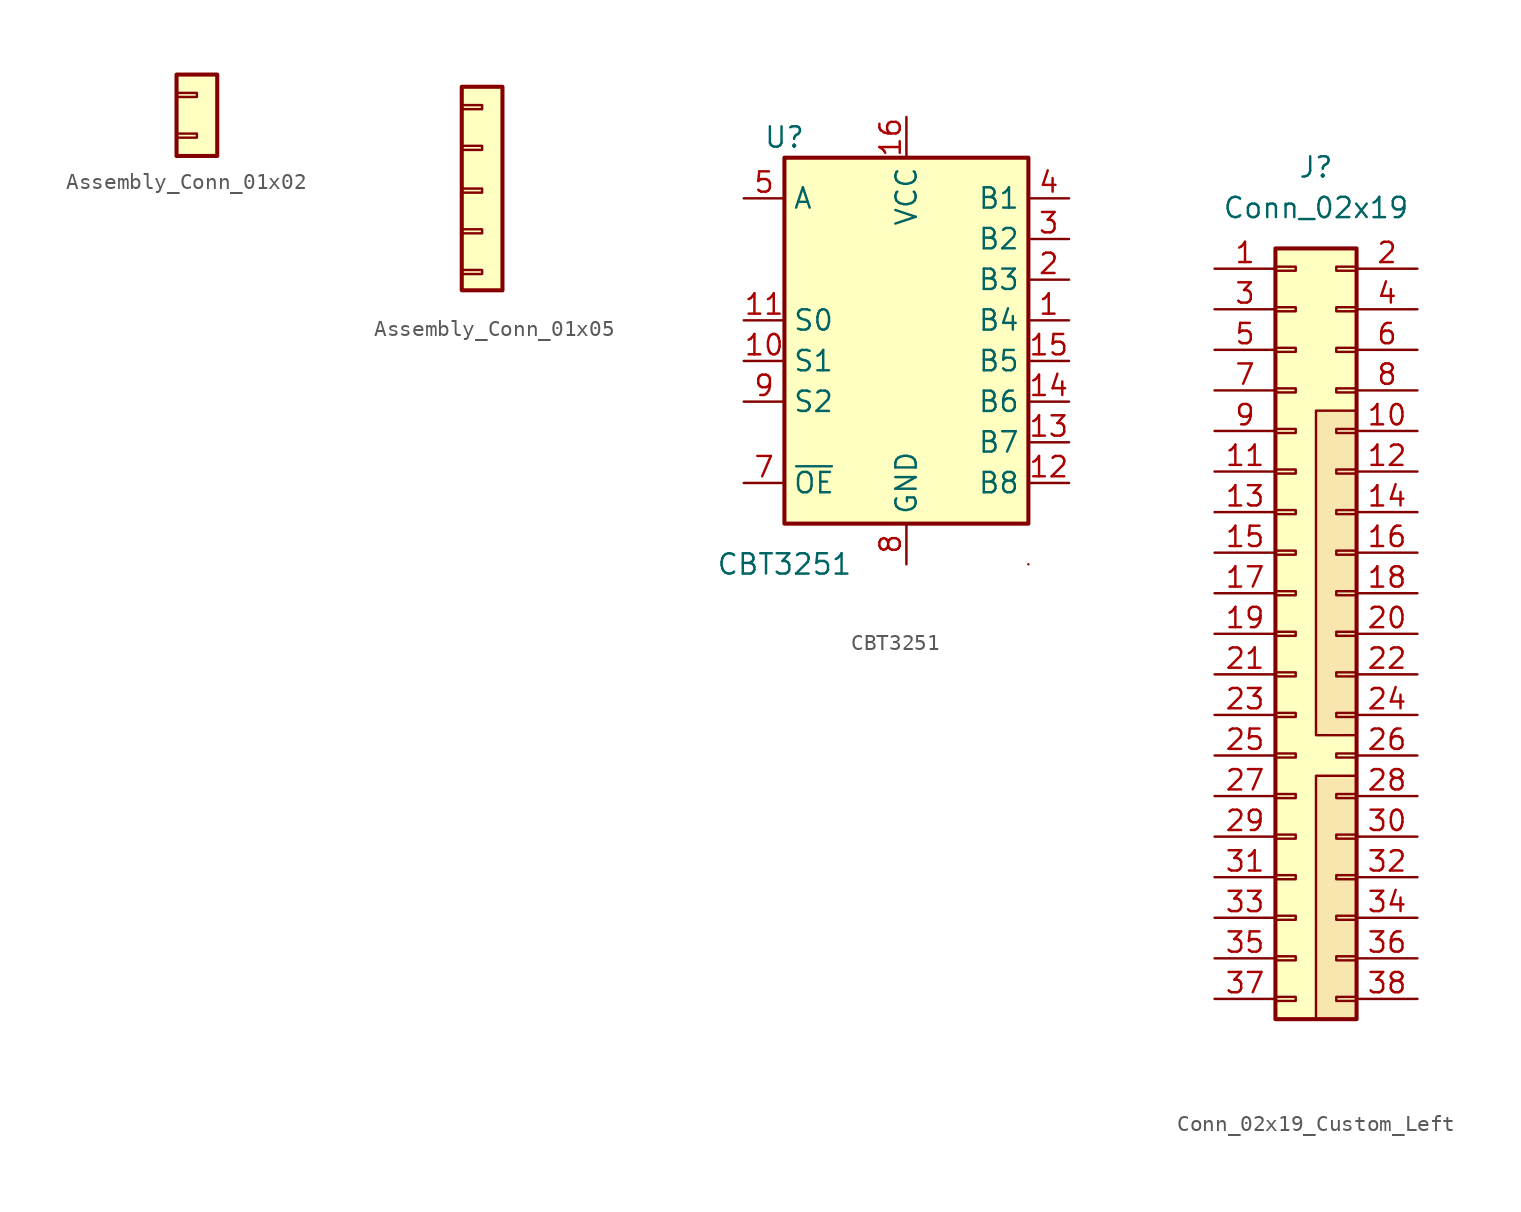
<source format=kicad_sym>
(kicad_symbol_lib
  (version 20241209)
  (generator "kicad_symbol_editor")
  (generator_version "9.0")
  (symbol "Assembly_Conn_01x02"
    (pin_numbers
      (hide yes))
    (pin_names
      (offset 0)
      (hide yes))
    (property "Reference" "G"
      (at 0 2.54 0)
      (effects (font (size 1.27 1.27)) (hide yes)))
    (property "Value" ""
      (at -2.54 -3.81 90)
      (effects (font (size 1.27 1.27)) (justify left)))
    (symbol "Assembly_Conn_01x02_1_1"
      (rectangle (start -1.27 1.27) (end 1.27 -3.81) (stroke (width 0.254) (type default)) (fill (type background)))
      (rectangle (start -1.27 0.127) (end 0 -0.127) (stroke (width 0.152) (type default)) (fill (type none)))
      (rectangle (start -1.27 -2.413) (end 0 -2.667) (stroke (width 0.152) (type default)) (fill (type none)))))
  (symbol "Assembly_Conn_01x05"
    (pin_numbers
      (hide yes))
    (pin_names
      (offset 0)
      (hide yes))
    (property "Reference" "G"
      (at 0 2.54 0)
      (effects (font (size 1.27 1.27)) (hide yes)))
    (property "Value" ""
      (at 2.54 -5.08 90)
      (effects (font (size 1.27 1.27))))
    (symbol "Assembly_Conn_01x05_1_1"
      (rectangle (start -1.27 1.27) (end 1.27 -11.43) (stroke (width 0.254) (type default)) (fill (type background)))
      (rectangle (start -1.27 0.127) (end 0 -0.127) (stroke (width 0.152) (type default)) (fill (type none)))
      (rectangle (start -1.27 -2.413) (end 0 -2.667) (stroke (width 0.152) (type default)) (fill (type none)))
      (rectangle (start -1.27 -5.08) (end 0 -5.334) (stroke (width 0.152) (type default)) (fill (type none)))
      (rectangle (start -1.27 -7.62) (end 0 -7.874) (stroke (width 0.152) (type default)) (fill (type none)))
      (rectangle (start -1.27 -10.16) (end 0 -10.414) (stroke (width 0.152) (type default)) (fill (type none)))))
  (symbol "CBT3251"
    (property "Reference" "U"
      (at -7.62 13.97 0)
      (effects (font (size 1.27 1.27))))
    (property "Value" "CBT3251"
      (at -7.62 -12.7 0)
      (effects (font (size 1.27 1.27))))
    (symbol "CBT3251_0_1"
      (rectangle (start -7.62 12.7) (end 7.62 -10.16) (stroke (width 0.254) (type default)) (fill (type background)))
      (rectangle (start 7.62 -12.7) (end 7.62 -12.7) (stroke (width 0) (type default)) (fill (type none))))
    (symbol "CBT3251_1_0"
      (pin no_connect line (at 0 5.08 180) (length 2.54) (hide yes) (name "NC" (effects (font (size 1.27 1.27)))) (number "6" (effects (font (size 1.27 1.27))))))
    (symbol "CBT3251_1_1"
      (pin bidirectional line (at -10.16 10.16 0) (length 2.54) (name "A" (effects (font (size 1.27 1.27)))) (number "5" (effects (font (size 1.27 1.27)))))
      (pin input line (at -10.16 2.54 0) (length 2.54) (name "S0" (effects (font (size 1.27 1.27)))) (number "11" (effects (font (size 1.27 1.27)))))
      (pin input line (at -10.16 0 0) (length 2.54) (name "S1" (effects (font (size 1.27 1.27)))) (number "10" (effects (font (size 1.27 1.27)))))
      (pin input line (at -10.16 -2.54 0) (length 2.54) (name "S2" (effects (font (size 1.27 1.27)))) (number "9" (effects (font (size 1.27 1.27)))))
      (pin input line (at -10.16 -7.62 0) (length 2.54) (name "~{OE}" (effects (font (size 1.27 1.27)))) (number "7" (effects (font (size 1.27 1.27)))))
      (pin power_in line (at 0 15.24 270) (length 2.54) (name "VCC" (effects (font (size 1.27 1.27)))) (number "16" (effects (font (size 1.27 1.27)))))
      (pin power_in line (at 0 -12.7 90) (length 2.54) (name "GND" (effects (font (size 1.27 1.27)))) (number "8" (effects (font (size 1.27 1.27)))))
      (pin bidirectional line (at 10.16 10.16 180) (length 2.54) (name "B1" (effects (font (size 1.27 1.27)))) (number "4" (effects (font (size 1.27 1.27)))))
      (pin bidirectional line (at 10.16 7.62 180) (length 2.54) (name "B2" (effects (font (size 1.27 1.27)))) (number "3" (effects (font (size 1.27 1.27)))))
      (pin bidirectional line (at 10.16 5.08 180) (length 2.54) (name "B3" (effects (font (size 1.27 1.27)))) (number "2" (effects (font (size 1.27 1.27)))))
      (pin bidirectional line (at 10.16 2.54 180) (length 2.54) (name "B4" (effects (font (size 1.27 1.27)))) (number "1" (effects (font (size 1.27 1.27)))))
      (pin bidirectional line (at 10.16 0 180) (length 2.54) (name "B5" (effects (font (size 1.27 1.27)))) (number "15" (effects (font (size 1.27 1.27)))))
      (pin bidirectional line (at 10.16 -2.54 180) (length 2.54) (name "B6" (effects (font (size 1.27 1.27)))) (number "14" (effects (font (size 1.27 1.27)))))
      (pin bidirectional line (at 10.16 -5.08 180) (length 2.54) (name "B7" (effects (font (size 1.27 1.27)))) (number "13" (effects (font (size 1.27 1.27)))))
      (pin bidirectional line (at 10.16 -7.62 180) (length 2.54) (name "B8" (effects (font (size 1.27 1.27)))) (number "12" (effects (font (size 1.27 1.27)))))))
  (symbol "Conn_02x19_Custom_Left"
    (pin_names
      (offset 1.016)
      (hide yes))
    (property "Reference" "J"
      (at 1.27 29.21 0)
      (effects (font (size 1.27 1.27))))
    (property "Value" "Conn_02x19"
      (at 1.27 26.67 0)
      (effects (font (size 1.27 1.27))))
    (symbol "Conn_02x19_Custom_Left_1_1"
      (rectangle (start -1.27 24.13) (end 3.81 -24.13) (stroke (width 0.254) (type default)) (fill (type background)))
      (rectangle (start -1.27 22.987) (end 0 22.733) (stroke (width 0.152) (type default)) (fill (type none)))
      (rectangle (start -1.27 20.447) (end 0 20.193) (stroke (width 0.152) (type default)) (fill (type none)))
      (rectangle (start -1.27 17.907) (end 0 17.653) (stroke (width 0.152) (type default)) (fill (type none)))
      (rectangle (start -1.27 15.367) (end 0 15.113) (stroke (width 0.152) (type default)) (fill (type none)))
      (rectangle (start -1.27 12.827) (end 0 12.573) (stroke (width 0.152) (type default)) (fill (type none)))
      (rectangle (start -1.27 10.287) (end 0 10.033) (stroke (width 0.152) (type default)) (fill (type none)))
      (rectangle (start -1.27 7.747) (end 0 7.493) (stroke (width 0.152) (type default)) (fill (type none)))
      (rectangle (start -1.27 5.207) (end 0 4.953) (stroke (width 0.152) (type default)) (fill (type none)))
      (rectangle (start -1.27 2.667) (end 0 2.413) (stroke (width 0.152) (type default)) (fill (type none)))
      (rectangle (start -1.27 0.127) (end 0 -0.127) (stroke (width 0.152) (type default)) (fill (type none)))
      (rectangle (start -1.27 -2.413) (end 0 -2.667) (stroke (width 0.152) (type default)) (fill (type none)))
      (rectangle (start -1.27 -4.953) (end 0 -5.207) (stroke (width 0.152) (type default)) (fill (type none)))
      (rectangle (start -1.27 -7.493) (end 0 -7.747) (stroke (width 0.152) (type default)) (fill (type none)))
      (rectangle (start -1.27 -10.033) (end 0 -10.287) (stroke (width 0.152) (type default)) (fill (type none)))
      (rectangle (start -1.27 -12.573) (end 0 -12.827) (stroke (width 0.152) (type default)) (fill (type none)))
      (rectangle (start -1.27 -15.113) (end 0 -15.367) (stroke (width 0.152) (type default)) (fill (type none)))
      (rectangle (start -1.27 -17.653) (end 0 -17.907) (stroke (width 0.152) (type default)) (fill (type none)))
      (rectangle (start -1.27 -20.193) (end 0 -20.447) (stroke (width 0.152) (type default)) (fill (type none)))
      (rectangle (start -1.27 -22.733) (end 0 -22.987) (stroke (width 0.152) (type default)) (fill (type none)))
      (rectangle (start 1.27 13.97) (end 3.81 -6.35) (stroke (width 0) (type default)) (fill (type color) (color 194 0 0 0.1)))
      (rectangle (start 1.27 -8.89) (end 3.81 -24.13) (stroke (width 0) (type default)) (fill (type color) (color 194 0 0 0.1)))
      (rectangle (start 3.81 22.987) (end 2.54 22.733) (stroke (width 0.152) (type default)) (fill (type none)))
      (rectangle (start 3.81 20.447) (end 2.54 20.193) (stroke (width 0.152) (type default)) (fill (type none)))
      (rectangle (start 3.81 17.907) (end 2.54 17.653) (stroke (width 0.152) (type default)) (fill (type none)))
      (rectangle (start 3.81 15.367) (end 2.54 15.113) (stroke (width 0.152) (type default)) (fill (type none)))
      (rectangle (start 3.81 12.827) (end 2.54 12.573) (stroke (width 0.152) (type default)) (fill (type none)))
      (rectangle (start 3.81 10.287) (end 2.54 10.033) (stroke (width 0.152) (type default)) (fill (type none)))
      (rectangle (start 3.81 7.747) (end 2.54 7.493) (stroke (width 0.152) (type default)) (fill (type none)))
      (rectangle (start 3.81 5.207) (end 2.54 4.953) (stroke (width 0.152) (type default)) (fill (type none)))
      (rectangle (start 3.81 2.667) (end 2.54 2.413) (stroke (width 0.152) (type default)) (fill (type none)))
      (rectangle (start 3.81 0.127) (end 2.54 -0.127) (stroke (width 0.152) (type default)) (fill (type none)))
      (rectangle (start 3.81 -2.413) (end 2.54 -2.667) (stroke (width 0.152) (type default)) (fill (type none)))
      (rectangle (start 3.81 -4.953) (end 2.54 -5.207) (stroke (width 0.152) (type default)) (fill (type none)))
      (rectangle (start 3.81 -7.493) (end 2.54 -7.747) (stroke (width 0.152) (type default)) (fill (type none)))
      (rectangle (start 3.81 -10.033) (end 2.54 -10.287) (stroke (width 0.152) (type default)) (fill (type none)))
      (rectangle (start 3.81 -12.573) (end 2.54 -12.827) (stroke (width 0.152) (type default)) (fill (type none)))
      (rectangle (start 3.81 -15.113) (end 2.54 -15.367) (stroke (width 0.152) (type default)) (fill (type none)))
      (rectangle (start 3.81 -17.653) (end 2.54 -17.907) (stroke (width 0.152) (type default)) (fill (type none)))
      (rectangle (start 3.81 -20.193) (end 2.54 -20.447) (stroke (width 0.152) (type default)) (fill (type none)))
      (rectangle (start 3.81 -22.733) (end 2.54 -22.987) (stroke (width 0.152) (type default)) (fill (type none)))
      (pin passive line (at -5.08 22.86 0) (length 3.81) (name "Pin_1" (effects (font (size 1.27 1.27)))) (number "1" (effects (font (size 1.27 1.27)))))
      (pin passive line (at -5.08 20.32 0) (length 3.81) (name "Pin_3" (effects (font (size 1.27 1.27)))) (number "3" (effects (font (size 1.27 1.27)))))
      (pin passive line (at -5.08 17.78 0) (length 3.81) (name "Pin_5" (effects (font (size 1.27 1.27)))) (number "5" (effects (font (size 1.27 1.27)))))
      (pin passive line (at -5.08 15.24 0) (length 3.81) (name "Pin_7" (effects (font (size 1.27 1.27)))) (number "7" (effects (font (size 1.27 1.27)))))
      (pin passive line (at -5.08 12.7 0) (length 3.81) (name "Pin_9" (effects (font (size 1.27 1.27)))) (number "9" (effects (font (size 1.27 1.27)))))
      (pin passive line (at -5.08 10.16 0) (length 3.81) (name "Pin_11" (effects (font (size 1.27 1.27)))) (number "11" (effects (font (size 1.27 1.27)))))
      (pin passive line (at -5.08 7.62 0) (length 3.81) (name "Pin_13" (effects (font (size 1.27 1.27)))) (number "13" (effects (font (size 1.27 1.27)))))
      (pin passive line (at -5.08 5.08 0) (length 3.81) (name "Pin_15" (effects (font (size 1.27 1.27)))) (number "15" (effects (font (size 1.27 1.27)))))
      (pin passive line (at -5.08 2.54 0) (length 3.81) (name "Pin_17" (effects (font (size 1.27 1.27)))) (number "17" (effects (font (size 1.27 1.27)))))
      (pin passive line (at -5.08 0 0) (length 3.81) (name "Pin_19" (effects (font (size 1.27 1.27)))) (number "19" (effects (font (size 1.27 1.27)))))
      (pin passive line (at -5.08 -2.54 0) (length 3.81) (name "Pin_21" (effects (font (size 1.27 1.27)))) (number "21" (effects (font (size 1.27 1.27)))))
      (pin passive line (at -5.08 -5.08 0) (length 3.81) (name "Pin_23" (effects (font (size 1.27 1.27)))) (number "23" (effects (font (size 1.27 1.27)))))
      (pin passive line (at -5.08 -7.62 0) (length 3.81) (name "Pin_25" (effects (font (size 1.27 1.27)))) (number "25" (effects (font (size 1.27 1.27)))))
      (pin passive line (at -5.08 -10.16 0) (length 3.81) (name "Pin_27" (effects (font (size 1.27 1.27)))) (number "27" (effects (font (size 1.27 1.27)))))
      (pin passive line (at -5.08 -12.7 0) (length 3.81) (name "Pin_29" (effects (font (size 1.27 1.27)))) (number "29" (effects (font (size 1.27 1.27)))))
      (pin passive line (at -5.08 -15.24 0) (length 3.81) (name "Pin_31" (effects (font (size 1.27 1.27)))) (number "31" (effects (font (size 1.27 1.27)))))
      (pin passive line (at -5.08 -17.78 0) (length 3.81) (name "Pin_33" (effects (font (size 1.27 1.27)))) (number "33" (effects (font (size 1.27 1.27)))))
      (pin passive line (at -5.08 -20.32 0) (length 3.81) (name "Pin_35" (effects (font (size 1.27 1.27)))) (number "35" (effects (font (size 1.27 1.27)))))
      (pin passive line (at -5.08 -22.86 0) (length 3.81) (name "Pin_37" (effects (font (size 1.27 1.27)))) (number "37" (effects (font (size 1.27 1.27)))))
      (pin passive line (at 7.62 22.86 180) (length 3.81) (name "Pin_2" (effects (font (size 1.27 1.27)))) (number "2" (effects (font (size 1.27 1.27)))))
      (pin passive line (at 7.62 20.32 180) (length 3.81) (name "Pin_4" (effects (font (size 1.27 1.27)))) (number "4" (effects (font (size 1.27 1.27)))))
      (pin passive line (at 7.62 17.78 180) (length 3.81) (name "Pin_6" (effects (font (size 1.27 1.27)))) (number "6" (effects (font (size 1.27 1.27)))))
      (pin passive line (at 7.62 15.24 180) (length 3.81) (name "Pin_8" (effects (font (size 1.27 1.27)))) (number "8" (effects (font (size 1.27 1.27)))))
      (pin passive line (at 7.62 12.7 180) (length 3.81) (name "Pin_10" (effects (font (size 1.27 1.27)))) (number "10" (effects (font (size 1.27 1.27)))))
      (pin passive line (at 7.62 10.16 180) (length 3.81) (name "Pin_12" (effects (font (size 1.27 1.27)))) (number "12" (effects (font (size 1.27 1.27)))))
      (pin passive line (at 7.62 7.62 180) (length 3.81) (name "Pin_14" (effects (font (size 1.27 1.27)))) (number "14" (effects (font (size 1.27 1.27)))))
      (pin passive line (at 7.62 5.08 180) (length 3.81) (name "Pin_16" (effects (font (size 1.27 1.27)))) (number "16" (effects (font (size 1.27 1.27)))))
      (pin passive line (at 7.62 2.54 180) (length 3.81) (name "Pin_18" (effects (font (size 1.27 1.27)))) (number "18" (effects (font (size 1.27 1.27)))))
      (pin passive line (at 7.62 0 180) (length 3.81) (name "Pin_20" (effects (font (size 1.27 1.27)))) (number "20" (effects (font (size 1.27 1.27)))))
      (pin passive line (at 7.62 -2.54 180) (length 3.81) (name "Pin_22" (effects (font (size 1.27 1.27)))) (number "22" (effects (font (size 1.27 1.27)))))
      (pin passive line (at 7.62 -5.08 180) (length 3.81) (name "Pin_24" (effects (font (size 1.27 1.27)))) (number "24" (effects (font (size 1.27 1.27)))))
      (pin passive line (at 7.62 -7.62 180) (length 3.81) (name "Pin_26" (effects (font (size 1.27 1.27)))) (number "26" (effects (font (size 1.27 1.27)))))
      (pin passive line (at 7.62 -10.16 180) (length 3.81) (name "Pin_28" (effects (font (size 1.27 1.27)))) (number "28" (effects (font (size 1.27 1.27)))))
      (pin passive line (at 7.62 -12.7 180) (length 3.81) (name "Pin_30" (effects (font (size 1.27 1.27)))) (number "30" (effects (font (size 1.27 1.27)))))
      (pin passive line (at 7.62 -15.24 180) (length 3.81) (name "Pin_32" (effects (font (size 1.27 1.27)))) (number "32" (effects (font (size 1.27 1.27)))))
      (pin passive line (at 7.62 -17.78 180) (length 3.81) (name "Pin_34" (effects (font (size 1.27 1.27)))) (number "34" (effects (font (size 1.27 1.27)))))
      (pin passive line (at 7.62 -20.32 180) (length 3.81) (name "Pin_36" (effects (font (size 1.27 1.27)))) (number "36" (effects (font (size 1.27 1.27)))))
      (pin passive line (at 7.62 -22.86 180) (length 3.81) (name "Pin_38" (effects (font (size 1.27 1.27)))) (number "38" (effects (font (size 1.27 1.27))))))))
</source>
